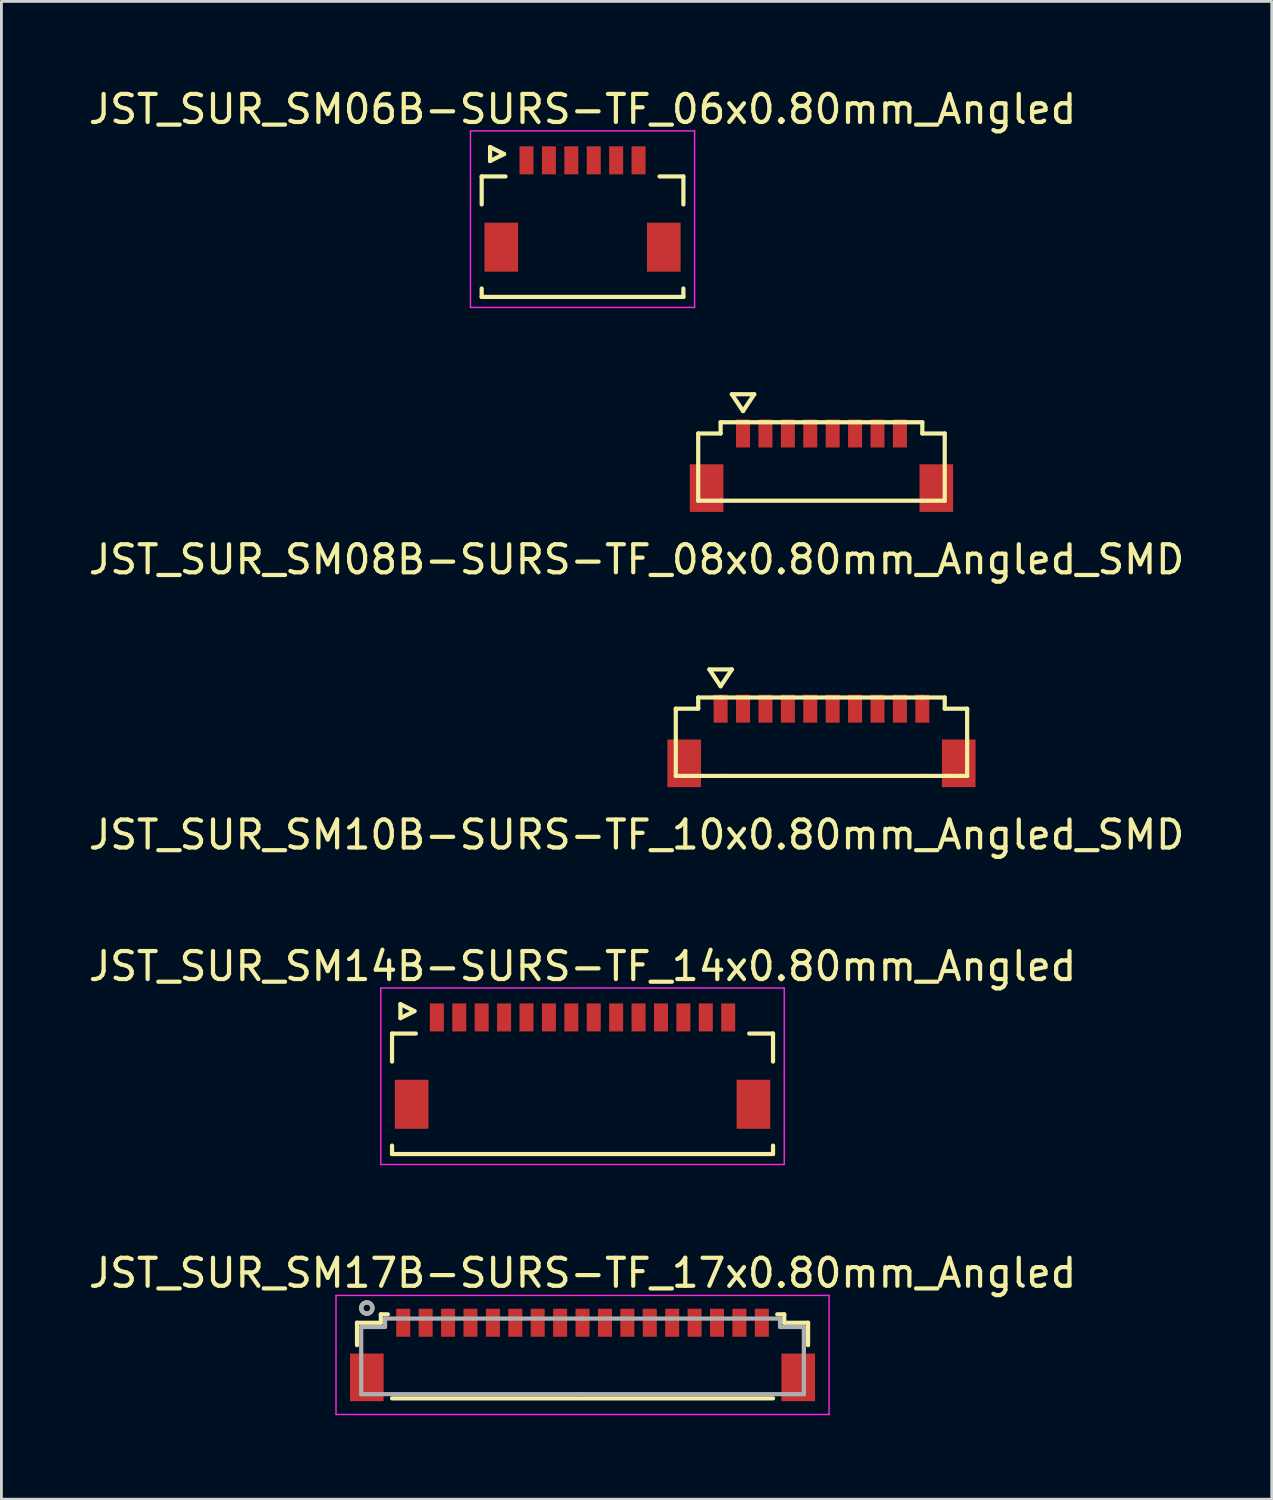
<source format=kicad_pcb>
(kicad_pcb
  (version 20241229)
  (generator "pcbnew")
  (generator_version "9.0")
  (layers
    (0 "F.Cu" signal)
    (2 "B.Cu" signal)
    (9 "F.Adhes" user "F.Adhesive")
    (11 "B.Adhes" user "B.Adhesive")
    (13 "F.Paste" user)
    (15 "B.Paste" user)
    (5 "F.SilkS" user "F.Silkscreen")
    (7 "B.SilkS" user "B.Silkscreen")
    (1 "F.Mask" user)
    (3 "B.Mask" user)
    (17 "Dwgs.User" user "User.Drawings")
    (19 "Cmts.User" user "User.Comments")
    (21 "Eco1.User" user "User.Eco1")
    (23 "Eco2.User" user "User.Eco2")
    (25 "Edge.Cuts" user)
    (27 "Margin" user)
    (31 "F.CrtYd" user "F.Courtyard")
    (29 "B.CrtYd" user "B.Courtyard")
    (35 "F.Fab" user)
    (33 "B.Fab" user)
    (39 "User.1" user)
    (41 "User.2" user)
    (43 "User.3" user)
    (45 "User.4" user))
  (footprint "JST_SUR_SM06B-SURS-TF_06x0.80mm_Angled"
    (layer "F.Cu")
    (at 17.744 4.223)
    (property "Reference" "JST_SUR_SM06B-SURS-TF_06x0.80mm_Angled" (at 0 -3.375 0) (layer "F.SilkS") (effects (font (size 1 1) (thickness 0.15))))
    (attr smd)
    (fp_line (start -3.6 -0.975) (end -2.75 -0.975) (stroke (width 0.15) (type solid)) (layer "F.SilkS"))
    (fp_line (start -3.6 0.025) (end -3.6 -0.975) (stroke (width 0.15) (type solid)) (layer "F.SilkS"))
    (fp_line (start -3.6 3.025) (end -3.6 3.325) (stroke (width 0.15) (type solid)) (layer "F.SilkS"))
    (fp_line (start -3.6 3.325) (end 3.6 3.325) (stroke (width 0.15) (type solid)) (layer "F.SilkS"))
    (fp_line (start -3.3 -2.025) (end -3.3 -1.525) (stroke (width 0.15) (type solid)) (layer "F.SilkS"))
    (fp_line (start -3.3 -1.525) (end -2.8 -1.775) (stroke (width 0.15) (type solid)) (layer "F.SilkS"))
    (fp_line (start -2.8 -1.775) (end -3.3 -2.025) (stroke (width 0.15) (type solid)) (layer "F.SilkS"))
    (fp_line (start 3.6 -0.975) (end 2.75 -0.975) (stroke (width 0.15) (type solid)) (layer "F.SilkS"))
    (fp_line (start 3.6 0.025) (end 3.6 -0.975) (stroke (width 0.15) (type solid)) (layer "F.SilkS"))
    (fp_line (start 3.6 3.325) (end 3.6 3.025) (stroke (width 0.15) (type solid)) (layer "F.SilkS"))
    (fp_line (start -4 -2.6) (end -4 3.7) (stroke (width 0.05) (type solid)) (layer "F.CrtYd"))
    (fp_line (start -4 3.7) (end 4 3.7) (stroke (width 0.05) (type solid)) (layer "F.CrtYd"))
    (fp_line (start 4 -2.6) (end -4 -2.6) (stroke (width 0.05) (type solid)) (layer "F.CrtYd"))
    (fp_line (start 4 3.7) (end 4 -2.6) (stroke (width 0.05) (type solid)) (layer "F.CrtYd"))
    (pad "" smd rect (at -2.9 1.55) (size 1.2 1.75) (layers "F.Cu" "F.Mask" "F.Paste"))
    (pad "" smd rect (at 2.9 1.55) (size 1.2 1.75) (layers "F.Cu" "F.Mask" "F.Paste"))
    (pad "1" smd rect (at -2 -1.55) (size 0.5 1) (layers "F.Cu" "F.Mask" "F.Paste"))
    (pad "2" smd rect (at -1.2 -1.55) (size 0.5 1) (layers "F.Cu" "F.Mask" "F.Paste"))
    (pad "3" smd rect (at -0.4 -1.55) (size 0.5 1) (layers "F.Cu" "F.Mask" "F.Paste"))
    (pad "4" smd rect (at 0.4 -1.55) (size 0.5 1) (layers "F.Cu" "F.Mask" "F.Paste"))
    (pad "5" smd rect (at 1.2 -1.55) (size 0.5 1) (layers "F.Cu" "F.Mask" "F.Paste"))
    (pad "6" smd rect (at 2 -1.55) (size 0.5 1) (layers "F.Cu" "F.Mask" "F.Paste")))
  (footprint "JST_SUR_SM14B-SURS-TF_14x0.80mm_Angled"
    (layer "F.Cu")
    (at 17.744 34.818)
    (property "Reference" "JST_SUR_SM14B-SURS-TF_14x0.80mm_Angled" (at 0 -3.375 0) (layer "F.SilkS") (effects (font (size 1 1) (thickness 0.15))))
    (attr smd)
    (fp_line (start -6.8 -0.975) (end -5.95 -0.975) (stroke (width 0.15) (type solid)) (layer "F.SilkS"))
    (fp_line (start -6.8 0.025) (end -6.8 -0.975) (stroke (width 0.15) (type solid)) (layer "F.SilkS"))
    (fp_line (start -6.8 3.025) (end -6.8 3.325) (stroke (width 0.15) (type solid)) (layer "F.SilkS"))
    (fp_line (start -6.8 3.325) (end 6.8 3.325) (stroke (width 0.15) (type solid)) (layer "F.SilkS"))
    (fp_line (start -6.5 -2.025) (end -6.5 -1.525) (stroke (width 0.15) (type solid)) (layer "F.SilkS"))
    (fp_line (start -6.5 -1.525) (end -6 -1.775) (stroke (width 0.15) (type solid)) (layer "F.SilkS"))
    (fp_line (start -6 -1.775) (end -6.5 -2.025) (stroke (width 0.15) (type solid)) (layer "F.SilkS"))
    (fp_line (start 6.8 -0.975) (end 5.95 -0.975) (stroke (width 0.15) (type solid)) (layer "F.SilkS"))
    (fp_line (start 6.8 0.025) (end 6.8 -0.975) (stroke (width 0.15) (type solid)) (layer "F.SilkS"))
    (fp_line (start 6.8 3.325) (end 6.8 3.025) (stroke (width 0.15) (type solid)) (layer "F.SilkS"))
    (fp_line (start -7.2 -2.6) (end -7.2 3.7) (stroke (width 0.05) (type solid)) (layer "F.CrtYd"))
    (fp_line (start -7.2 3.7) (end 7.2 3.7) (stroke (width 0.05) (type solid)) (layer "F.CrtYd"))
    (fp_line (start 7.2 -2.6) (end -7.2 -2.6) (stroke (width 0.05) (type solid)) (layer "F.CrtYd"))
    (fp_line (start 7.2 3.7) (end 7.2 -2.6) (stroke (width 0.05) (type solid)) (layer "F.CrtYd"))
    (pad "" smd rect (at -6.1 1.55) (size 1.2 1.75) (layers "F.Cu" "F.Mask" "F.Paste"))
    (pad "" smd rect (at 6.1 1.55) (size 1.2 1.75) (layers "F.Cu" "F.Mask" "F.Paste"))
    (pad "1" smd rect (at -5.2 -1.55) (size 0.5 1) (layers "F.Cu" "F.Mask" "F.Paste"))
    (pad "2" smd rect (at -4.4 -1.55) (size 0.5 1) (layers "F.Cu" "F.Mask" "F.Paste"))
    (pad "3" smd rect (at -3.6 -1.55) (size 0.5 1) (layers "F.Cu" "F.Mask" "F.Paste"))
    (pad "4" smd rect (at -2.8 -1.55) (size 0.5 1) (layers "F.Cu" "F.Mask" "F.Paste"))
    (pad "5" smd rect (at -2 -1.55) (size 0.5 1) (layers "F.Cu" "F.Mask" "F.Paste"))
    (pad "6" smd rect (at -1.2 -1.55) (size 0.5 1) (layers "F.Cu" "F.Mask" "F.Paste"))
    (pad "7" smd rect (at -0.4 -1.55) (size 0.5 1) (layers "F.Cu" "F.Mask" "F.Paste"))
    (pad "8" smd rect (at 0.4 -1.55) (size 0.5 1) (layers "F.Cu" "F.Mask" "F.Paste"))
    (pad "9" smd rect (at 1.2 -1.55) (size 0.5 1) (layers "F.Cu" "F.Mask" "F.Paste"))
    (pad "10" smd rect (at 2 -1.55) (size 0.5 1) (layers "F.Cu" "F.Mask" "F.Paste"))
    (pad "11" smd rect (at 2.8 -1.55) (size 0.5 1) (layers "F.Cu" "F.Mask" "F.Paste"))
    (pad "12" smd rect (at 3.6 -1.55) (size 0.5 1) (layers "F.Cu" "F.Mask" "F.Paste"))
    (pad "13" smd rect (at 4.4 -1.55) (size 0.5 1) (layers "F.Cu" "F.Mask" "F.Paste"))
    (pad "14" smd rect (at 5.2 -1.55) (size 0.5 1) (layers "F.Cu" "F.Mask" "F.Paste")))
  (footprint "JST_SUR_SM17B-SURS-TF_17x0.80mm_Angled"
    (layer "F.Cu")
    (at 17.744 45.141)
    (property "Reference" "JST_SUR_SM17B-SURS-TF_17x0.80mm_Angled" (at 0 -2.75 0) (layer "F.SilkS") (effects (font (size 1 1) (thickness 0.15))))
    (attr smd)
    (fp_line (start -8.05 -0.975) (end -8.05 -0.175) (stroke (width 0.15) (type solid)) (layer "F.SilkS"))
    (fp_line (start -7.2 -1.275) (end -7.2 -0.975) (stroke (width 0.15) (type solid)) (layer "F.SilkS"))
    (fp_line (start -7.2 -0.975) (end -8.05 -0.975) (stroke (width 0.15) (type solid)) (layer "F.SilkS"))
    (fp_line (start -6.95 -1.275) (end -7.2 -1.275) (stroke (width 0.15) (type solid)) (layer "F.SilkS"))
    (fp_line (start -6.8 1.725) (end 6.8 1.725) (stroke (width 0.15) (type solid)) (layer "F.SilkS"))
    (fp_line (start 6.95 -1.275) (end 7.2 -1.275) (stroke (width 0.15) (type solid)) (layer "F.SilkS"))
    (fp_line (start 7.2 -1.275) (end 7.2 -0.975) (stroke (width 0.15) (type solid)) (layer "F.SilkS"))
    (fp_line (start 7.2 -0.975) (end 8.05 -0.975) (stroke (width 0.15) (type solid)) (layer "F.SilkS"))
    (fp_line (start 8.05 -0.975) (end 8.05 -0.175) (stroke (width 0.15) (type solid)) (layer "F.SilkS"))
    (fp_circle (center -7.7 -1.5) (end -7.5 -1.5) (stroke (width 0.15) (type solid)) (fill no) (layer "F.SilkS"))
    (fp_line (start -8.8 -1.95) (end 8.8 -1.95) (stroke (width 0.05) (type solid)) (layer "F.CrtYd"))
    (fp_line (start -8.8 2.3) (end -8.8 -1.95) (stroke (width 0.05) (type solid)) (layer "F.CrtYd"))
    (fp_line (start 8.8 -1.95) (end 8.8 2.3) (stroke (width 0.05) (type solid)) (layer "F.CrtYd"))
    (fp_line (start 8.8 2.3) (end -8.8 2.3) (stroke (width 0.05) (type solid)) (layer "F.CrtYd"))
    (fp_line (start -7.9 -0.825) (end -7.9 1.575) (stroke (width 0.15) (type solid)) (layer "F.Fab"))
    (fp_line (start -7.9 1.575) (end 0 1.575) (stroke (width 0.15) (type solid)) (layer "F.Fab"))
    (fp_line (start -7.05 -1.125) (end -7.05 -0.825) (stroke (width 0.15) (type solid)) (layer "F.Fab"))
    (fp_line (start -7.05 -0.825) (end -7.9 -0.825) (stroke (width 0.15) (type solid)) (layer "F.Fab"))
    (fp_line (start 0 -1.125) (end -7.05 -1.125) (stroke (width 0.15) (type solid)) (layer "F.Fab"))
    (fp_line (start 0 -1.125) (end 7.05 -1.125) (stroke (width 0.15) (type solid)) (layer "F.Fab"))
    (fp_line (start 7.05 -1.125) (end 7.05 -0.825) (stroke (width 0.15) (type solid)) (layer "F.Fab"))
    (fp_line (start 7.05 -0.825) (end 7.9 -0.825) (stroke (width 0.15) (type solid)) (layer "F.Fab"))
    (fp_line (start 7.9 -0.825) (end 7.9 1.575) (stroke (width 0.15) (type solid)) (layer "F.Fab"))
    (fp_line (start 7.9 1.575) (end 0 1.575) (stroke (width 0.15) (type solid)) (layer "F.Fab"))
    (fp_circle (center -7.7 -1.5) (end -7.5 -1.5) (stroke (width 0.15) (type solid)) (fill no) (layer "F.Fab"))
    (pad "" smd rect (at -7.7 0.975) (size 1.2 1.7) (layers "F.Cu" "F.Mask" "F.Paste"))
    (pad "" smd rect (at 7.7 0.975) (size 1.2 1.7) (layers "F.Cu" "F.Mask" "F.Paste"))
    (pad "1" smd rect (at -6.4 -0.975) (size 0.5 1) (layers "F.Cu" "F.Mask" "F.Paste"))
    (pad "2" smd rect (at -5.6 -0.975) (size 0.5 1) (layers "F.Cu" "F.Mask" "F.Paste"))
    (pad "3" smd rect (at -4.8 -0.975) (size 0.5 1) (layers "F.Cu" "F.Mask" "F.Paste"))
    (pad "4" smd rect (at -4 -0.975) (size 0.5 1) (layers "F.Cu" "F.Mask" "F.Paste"))
    (pad "5" smd rect (at -3.2 -0.975) (size 0.5 1) (layers "F.Cu" "F.Mask" "F.Paste"))
    (pad "6" smd rect (at -2.4 -0.975) (size 0.5 1) (layers "F.Cu" "F.Mask" "F.Paste"))
    (pad "7" smd rect (at -1.6 -0.975) (size 0.5 1) (layers "F.Cu" "F.Mask" "F.Paste"))
    (pad "8" smd rect (at -0.8 -0.975) (size 0.5 1) (layers "F.Cu" "F.Mask" "F.Paste"))
    (pad "9" smd rect (at 0 -0.975) (size 0.5 1) (layers "F.Cu" "F.Mask" "F.Paste"))
    (pad "10" smd rect (at 0.8 -0.975) (size 0.5 1) (layers "F.Cu" "F.Mask" "F.Paste"))
    (pad "11" smd rect (at 1.6 -0.975) (size 0.5 1) (layers "F.Cu" "F.Mask" "F.Paste"))
    (pad "12" smd rect (at 2.4 -0.975) (size 0.5 1) (layers "F.Cu" "F.Mask" "F.Paste"))
    (pad "13" smd rect (at 3.2 -0.975) (size 0.5 1) (layers "F.Cu" "F.Mask" "F.Paste"))
    (pad "14" smd rect (at 4 -0.975) (size 0.5 1) (layers "F.Cu" "F.Mask" "F.Paste"))
    (pad "15" smd rect (at 4.8 -0.975) (size 0.5 1) (layers "F.Cu" "F.Mask" "F.Paste"))
    (pad "16" smd rect (at 5.6 -0.975) (size 0.5 1) (layers "F.Cu" "F.Mask" "F.Paste"))
    (pad "17" smd rect (at 6.4 -0.975) (size 0.5 1) (layers "F.Cu" "F.Mask" "F.Paste")))
  (footprint "JST_SUR_SM08B-SURS-TF_08x0.80mm_Angled_SMD"
    (layer "F.Cu")
    (at 26.273 12.423)
    (property "Reference" "JST_SUR_SM08B-SURS-TF_08x0.80mm_Angled_SMD" (at -6.6 4.5 0) (layer "F.SilkS") (effects (font (size 1 1) (thickness 0.15))))
    (attr smd)
    (fp_line (start -4.4 0) (end -3.6 0) (stroke (width 0.15) (type solid)) (layer "F.SilkS"))
    (fp_line (start -4.4 2.4) (end -4.4 0) (stroke (width 0.15) (type solid)) (layer "F.SilkS"))
    (fp_line (start -3.6 0) (end -3.6 -0.4) (stroke (width 0.15) (type solid)) (layer "F.SilkS"))
    (fp_line (start -3.6 2.4) (end -4.4 2.4) (stroke (width 0.15) (type solid)) (layer "F.SilkS"))
    (fp_line (start -3.6 2.4) (end 3.6 2.4) (stroke (width 0.15) (type solid)) (layer "F.SilkS"))
    (fp_line (start -3.2 -1.4) (end -2.8 -0.8) (stroke (width 0.15) (type solid)) (layer "F.SilkS"))
    (fp_line (start -2.8 -0.8) (end -2.4 -1.4) (stroke (width 0.15) (type solid)) (layer "F.SilkS"))
    (fp_line (start -2.4 -1.4) (end -3.2 -1.4) (stroke (width 0.15) (type solid)) (layer "F.SilkS"))
    (fp_line (start 3.6 -0.4) (end -3.6 -0.4) (stroke (width 0.15) (type solid)) (layer "F.SilkS"))
    (fp_line (start 3.6 -0.4) (end 3.6 0) (stroke (width 0.15) (type solid)) (layer "F.SilkS"))
    (fp_line (start 3.6 0) (end 4.4 0) (stroke (width 0.15) (type solid)) (layer "F.SilkS"))
    (fp_line (start 4.4 0) (end 4.4 2.4) (stroke (width 0.15) (type solid)) (layer "F.SilkS"))
    (fp_line (start 4.4 2.4) (end 3.6 2.4) (stroke (width 0.15) (type solid)) (layer "F.SilkS"))
    (pad "" smd rect (at -4.1 1.95) (size 1.2 1.7) (layers "F.Cu" "F.Mask" "F.Paste"))
    (pad "" smd rect (at 4.1 1.95) (size 1.2 1.7) (layers "F.Cu" "F.Mask" "F.Paste"))
    (pad "1" smd rect (at -2.8 0) (size 0.5 1) (layers "F.Cu" "F.Mask" "F.Paste"))
    (pad "2" smd rect (at -2 0) (size 0.5 1) (layers "F.Cu" "F.Mask" "F.Paste"))
    (pad "3" smd rect (at -1.2 0) (size 0.5 1) (layers "F.Cu" "F.Mask" "F.Paste"))
    (pad "4" smd rect (at -0.4 0) (size 0.5 1) (layers "F.Cu" "F.Mask" "F.Paste"))
    (pad "5" smd rect (at 0.4 0) (size 0.5 1) (layers "F.Cu" "F.Mask" "F.Paste"))
    (pad "6" smd rect (at 1.2 0) (size 0.5 1) (layers "F.Cu" "F.Mask" "F.Paste"))
    (pad "7" smd rect (at 2 0) (size 0.5 1) (layers "F.Cu" "F.Mask" "F.Paste"))
    (pad "8" smd rect (at 2.8 0) (size 0.5 1) (layers "F.Cu" "F.Mask" "F.Paste")))
  (footprint "JST_SUR_SM10B-SURS-TF_10x0.80mm_Angled_SMD"
    (layer "F.Cu")
    (at 26.273 22.247)
    (property "Reference" "JST_SUR_SM10B-SURS-TF_10x0.80mm_Angled_SMD" (at -6.6 4.5 0) (layer "F.SilkS") (effects (font (size 1 1) (thickness 0.15))))
    (attr smd)
    (fp_line (start -5.2 0) (end -4.4 0) (stroke (width 0.15) (type solid)) (layer "F.SilkS"))
    (fp_line (start -5.2 2.4) (end -5.2 0) (stroke (width 0.15) (type solid)) (layer "F.SilkS"))
    (fp_line (start -4.4 -0.4) (end -3.6 -0.4) (stroke (width 0.15) (type solid)) (layer "F.SilkS"))
    (fp_line (start -4.4 0) (end -4.4 -0.4) (stroke (width 0.15) (type solid)) (layer "F.SilkS"))
    (fp_line (start -4.4 2.4) (end -5.2 2.4) (stroke (width 0.15) (type solid)) (layer "F.SilkS"))
    (fp_line (start -4 -1.4) (end -3.6 -0.8) (stroke (width 0.15) (type solid)) (layer "F.SilkS"))
    (fp_line (start -3.6 -0.8) (end -3.2 -1.4) (stroke (width 0.15) (type solid)) (layer "F.SilkS"))
    (fp_line (start -3.6 2.4) (end -4.4 2.4) (stroke (width 0.15) (type solid)) (layer "F.SilkS"))
    (fp_line (start -3.6 2.4) (end 3.6 2.4) (stroke (width 0.15) (type solid)) (layer "F.SilkS"))
    (fp_line (start -3.2 -1.4) (end -4 -1.4) (stroke (width 0.15) (type solid)) (layer "F.SilkS"))
    (fp_line (start 3.6 -0.4) (end -3.6 -0.4) (stroke (width 0.15) (type solid)) (layer "F.SilkS"))
    (fp_line (start 3.6 -0.4) (end 4.4 -0.4) (stroke (width 0.15) (type solid)) (layer "F.SilkS"))
    (fp_line (start 4.4 -0.4) (end 4.4 0) (stroke (width 0.15) (type solid)) (layer "F.SilkS"))
    (fp_line (start 4.4 0) (end 5.2 0) (stroke (width 0.15) (type solid)) (layer "F.SilkS"))
    (fp_line (start 4.4 2.4) (end 3.6 2.4) (stroke (width 0.15) (type solid)) (layer "F.SilkS"))
    (fp_line (start 5.2 0) (end 5.2 2.4) (stroke (width 0.15) (type solid)) (layer "F.SilkS"))
    (fp_line (start 5.2 2.4) (end 4.4 2.4) (stroke (width 0.15) (type solid)) (layer "F.SilkS"))
    (pad "" smd rect (at -4.9 1.95) (size 1.2 1.7) (layers "F.Cu" "F.Mask" "F.Paste"))
    (pad "" smd rect (at 4.9 1.95) (size 1.2 1.7) (layers "F.Cu" "F.Mask" "F.Paste"))
    (pad "1" smd rect (at -3.6 0) (size 0.5 1) (layers "F.Cu" "F.Mask" "F.Paste"))
    (pad "2" smd rect (at -2.8 0) (size 0.5 1) (layers "F.Cu" "F.Mask" "F.Paste"))
    (pad "3" smd rect (at -2 0) (size 0.5 1) (layers "F.Cu" "F.Mask" "F.Paste"))
    (pad "4" smd rect (at -1.2 0) (size 0.5 1) (layers "F.Cu" "F.Mask" "F.Paste"))
    (pad "5" smd rect (at -0.4 0) (size 0.5 1) (layers "F.Cu" "F.Mask" "F.Paste"))
    (pad "6" smd rect (at 0.4 0) (size 0.5 1) (layers "F.Cu" "F.Mask" "F.Paste"))
    (pad "7" smd rect (at 1.2 0) (size 0.5 1) (layers "F.Cu" "F.Mask" "F.Paste"))
    (pad "8" smd rect (at 2 0) (size 0.5 1) (layers "F.Cu" "F.Mask" "F.Paste"))
    (pad "9" smd rect (at 2.8 0) (size 0.5 1) (layers "F.Cu" "F.Mask" "F.Paste"))
    (pad "10" smd rect (at 3.6 0) (size 0.5 1) (layers "F.Cu" "F.Mask" "F.Paste")))
  (gr_rect
    (start -3 -3)
    (end 42.345 50.466)
    (stroke (width 0.1) (type default))
    (fill no)
    (layer "Edge.Cuts")))
</source>
